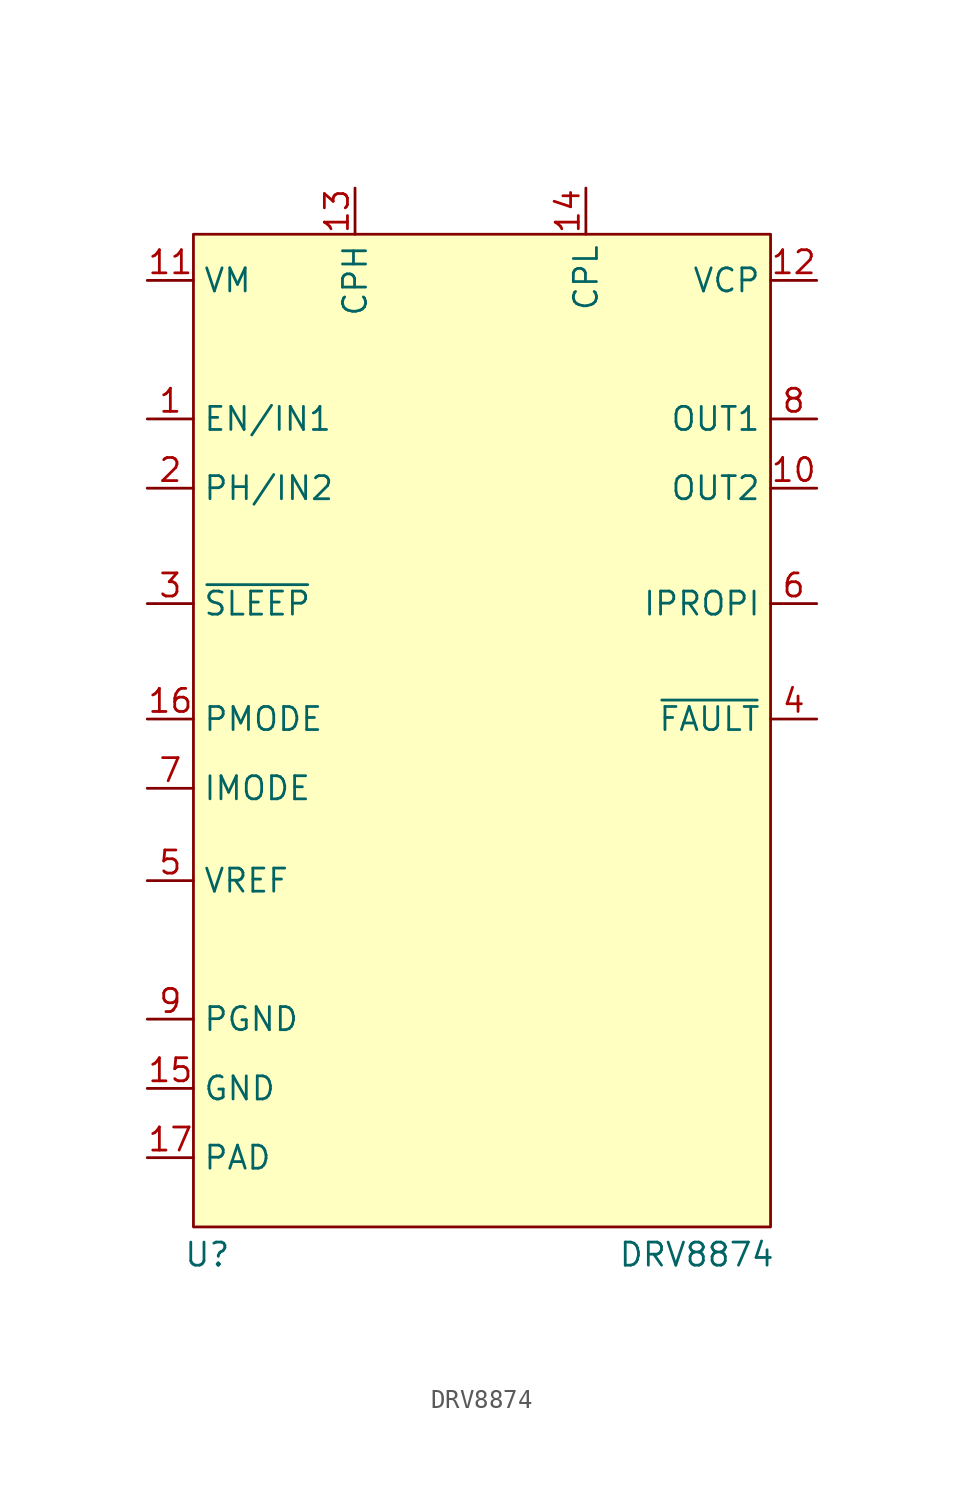
<source format=kicad_sym>
(kicad_symbol_lib
  (version 20241209)
  (generator "kicad_symbol_editor")
  (generator_version "9.0")
  (symbol "DRV8874"
    (property "Reference" "U"
      (at 0.762 -56.134 0)
      (effects (font (size 1.27 1.27))))
    (property "Value" "DRV8874"
      (at 27.686 -56.134 0)
      (effects (font (size 1.27 1.27))))
    (symbol "DRV8874_1_1"
      (rectangle (start 0 0) (end 31.75 -54.61) (stroke (width 0) (type solid)) (fill (type background)))
      (pin bidirectional line (at -2.54 -2.54 0) (length 2.54) (name "VM" (effects (font (size 1.27 1.27)))) (number "11" (effects (font (size 1.27 1.27)))))
      (pin bidirectional line (at -2.54 -10.16 0) (length 2.54) (name "EN/IN1" (effects (font (size 1.27 1.27)))) (number "1" (effects (font (size 1.27 1.27)))))
      (pin bidirectional line (at -2.54 -13.97 0) (length 2.54) (name "PH/IN2" (effects (font (size 1.27 1.27)))) (number "2" (effects (font (size 1.27 1.27)))))
      (pin bidirectional line (at -2.54 -20.32 0) (length 2.54) (name "~{SLEEP}" (effects (font (size 1.27 1.27)))) (number "3" (effects (font (size 1.27 1.27)))))
      (pin bidirectional line (at -2.54 -26.67 0) (length 2.54) (name "PMODE" (effects (font (size 1.27 1.27)))) (number "16" (effects (font (size 1.27 1.27)))))
      (pin bidirectional line (at -2.54 -30.48 0) (length 2.54) (name "IMODE" (effects (font (size 1.27 1.27)))) (number "7" (effects (font (size 1.27 1.27)))))
      (pin bidirectional line (at -2.54 -35.56 0) (length 2.54) (name "VREF" (effects (font (size 1.27 1.27)))) (number "5" (effects (font (size 1.27 1.27)))))
      (pin bidirectional line (at -2.54 -43.18 0) (length 2.54) (name "PGND" (effects (font (size 1.27 1.27)))) (number "9" (effects (font (size 1.27 1.27)))))
      (pin bidirectional line (at -2.54 -46.99 0) (length 2.54) (name "GND" (effects (font (size 1.27 1.27)))) (number "15" (effects (font (size 1.27 1.27)))))
      (pin bidirectional line (at -2.54 -50.8 0) (length 2.54) (name "PAD" (effects (font (size 1.27 1.27)))) (number "17" (effects (font (size 1.27 1.27)))))
      (pin bidirectional line (at 8.89 2.54 270) (length 2.54) (name "CPH" (effects (font (size 1.27 1.27)))) (number "13" (effects (font (size 1.27 1.27)))))
      (pin bidirectional line (at 21.59 2.54 270) (length 2.54) (name "CPL" (effects (font (size 1.27 1.27)))) (number "14" (effects (font (size 1.27 1.27)))))
      (pin bidirectional line (at 34.29 -2.54 180) (length 2.54) (name "VCP" (effects (font (size 1.27 1.27)))) (number "12" (effects (font (size 1.27 1.27)))))
      (pin bidirectional line (at 34.29 -10.16 180) (length 2.54) (name "OUT1" (effects (font (size 1.27 1.27)))) (number "8" (effects (font (size 1.27 1.27)))))
      (pin bidirectional line (at 34.29 -13.97 180) (length 2.54) (name "OUT2" (effects (font (size 1.27 1.27)))) (number "10" (effects (font (size 1.27 1.27)))))
      (pin bidirectional line (at 34.29 -20.32 180) (length 2.54) (name "IPROPI" (effects (font (size 1.27 1.27)))) (number "6" (effects (font (size 1.27 1.27)))))
      (pin bidirectional line (at 34.29 -26.67 180) (length 2.54) (name "~{FAULT}" (effects (font (size 1.27 1.27)))) (number "4" (effects (font (size 1.27 1.27))))))))
</source>
